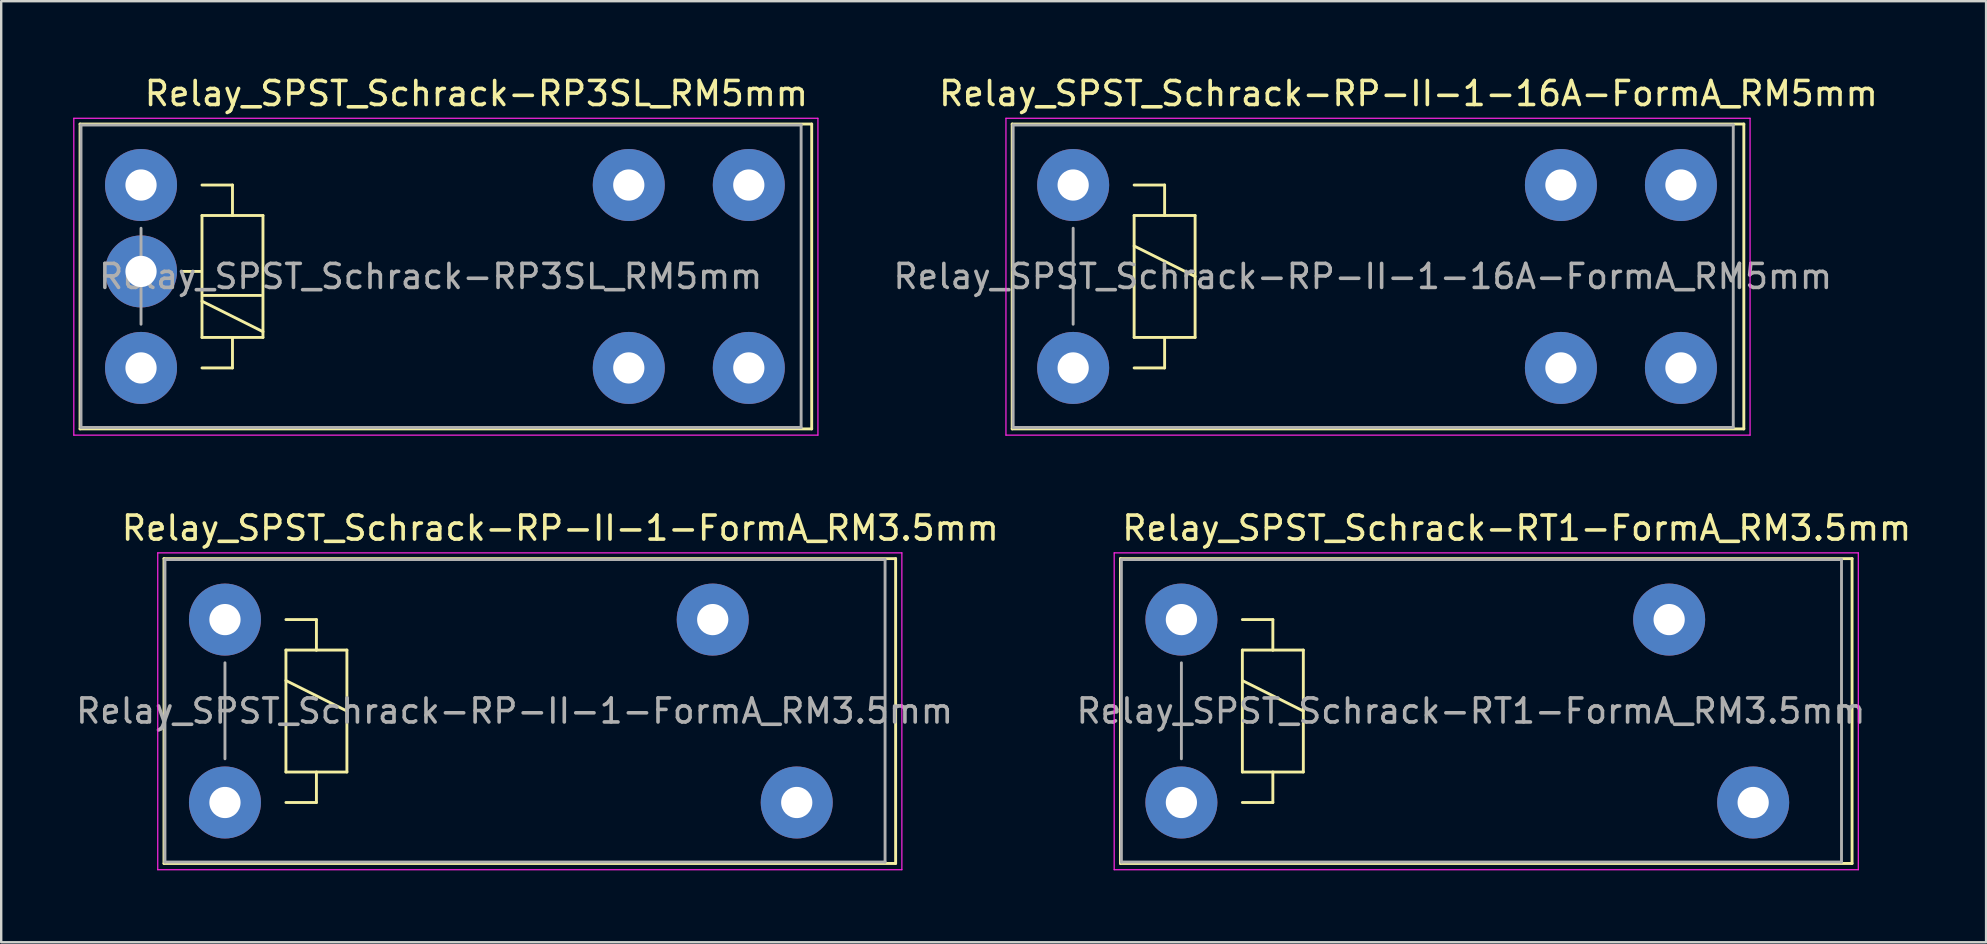
<source format=kicad_pcb>
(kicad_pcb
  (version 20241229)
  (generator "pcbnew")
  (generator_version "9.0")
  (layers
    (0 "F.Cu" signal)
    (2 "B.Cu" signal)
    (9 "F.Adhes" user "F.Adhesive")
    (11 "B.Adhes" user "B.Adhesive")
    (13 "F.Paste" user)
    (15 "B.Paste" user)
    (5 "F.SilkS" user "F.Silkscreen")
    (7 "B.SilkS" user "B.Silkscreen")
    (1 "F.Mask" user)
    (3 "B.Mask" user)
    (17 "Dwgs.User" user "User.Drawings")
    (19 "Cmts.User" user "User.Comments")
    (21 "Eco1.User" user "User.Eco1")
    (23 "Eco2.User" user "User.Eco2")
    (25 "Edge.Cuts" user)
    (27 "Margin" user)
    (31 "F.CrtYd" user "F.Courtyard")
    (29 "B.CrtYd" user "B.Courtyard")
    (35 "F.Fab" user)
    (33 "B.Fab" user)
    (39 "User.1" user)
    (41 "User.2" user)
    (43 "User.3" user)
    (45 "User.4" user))
  (footprint "Relay_SPST_Schrack-RT1-FormA_RM3.5mm"
    (layer "F.Cu")
    (at 46.167 22.762)
    (property "Reference" "Relay_SPST_Schrack-RT1-FormA_RM3.5mm" (at 13.97 -3.81 0) (layer "F.SilkS") (effects (font (size 1 1) (thickness 0.15))))
    (attr through_hole)
    (fp_line (start -2.54 -2.54) (end 27.94 -2.54) (stroke (width 0.12) (type solid)) (layer "F.SilkS"))
    (fp_line (start -2.54 10.16) (end -2.54 -2.54) (stroke (width 0.12) (type solid)) (layer "F.SilkS"))
    (fp_line (start 2.54 0) (end 3.81 0) (stroke (width 0.12) (type solid)) (layer "F.SilkS"))
    (fp_line (start 2.54 1.27) (end 3.81 1.27) (stroke (width 0.12) (type solid)) (layer "F.SilkS"))
    (fp_line (start 2.54 2.54) (end 5.08 3.81) (stroke (width 0.12) (type solid)) (layer "F.SilkS"))
    (fp_line (start 2.54 6.35) (end 2.54 1.27) (stroke (width 0.12) (type solid)) (layer "F.SilkS"))
    (fp_line (start 3.81 0) (end 3.81 1.27) (stroke (width 0.12) (type solid)) (layer "F.SilkS"))
    (fp_line (start 3.81 1.27) (end 5.08 1.27) (stroke (width 0.12) (type solid)) (layer "F.SilkS"))
    (fp_line (start 3.81 6.35) (end 3.81 7.62) (stroke (width 0.12) (type solid)) (layer "F.SilkS"))
    (fp_line (start 3.81 7.62) (end 2.54 7.62) (stroke (width 0.12) (type solid)) (layer "F.SilkS"))
    (fp_line (start 5.08 1.27) (end 5.08 6.35) (stroke (width 0.12) (type solid)) (layer "F.SilkS"))
    (fp_line (start 5.08 6.35) (end 2.54 6.35) (stroke (width 0.12) (type solid)) (layer "F.SilkS"))
    (fp_line (start 27.94 -2.54) (end 27.94 10.16) (stroke (width 0.12) (type solid)) (layer "F.SilkS"))
    (fp_line (start 27.94 10.16) (end -2.54 10.16) (stroke (width 0.12) (type solid)) (layer "F.SilkS"))
    (fp_line (start -2.8 -2.78) (end 28.2 -2.78) (stroke (width 0.05) (type solid)) (layer "F.CrtYd"))
    (fp_line (start -2.8 10.42) (end -2.8 -2.78) (stroke (width 0.05) (type solid)) (layer "F.CrtYd"))
    (fp_line (start 28.2 -2.78) (end 28.2 10.42) (stroke (width 0.05) (type solid)) (layer "F.CrtYd"))
    (fp_line (start 28.2 10.42) (end -2.8 10.42) (stroke (width 0.05) (type solid)) (layer "F.CrtYd"))
    (fp_line (start -2.5 -2.5) (end 27.5 -2.5) (stroke (width 0.12) (type solid)) (layer "F.Fab"))
    (fp_line (start -2.5 10.1) (end -2.5 -2.5) (stroke (width 0.12) (type solid)) (layer "F.Fab"))
    (fp_line (start 0 1.8) (end 0 5.8) (stroke (width 0.12) (type solid)) (layer "F.Fab"))
    (fp_line (start 27.5 -2.5) (end 27.5 10.1) (stroke (width 0.12) (type solid)) (layer "F.Fab"))
    (fp_line (start 27.5 10.1) (end -2.5 10.1) (stroke (width 0.12) (type solid)) (layer "F.Fab"))
    (fp_text user "${REFERENCE}" (at 12.065 3.81 0) (layer "F.Fab") (effects (font (size 1 1) (thickness 0.15))))
    (pad "11" thru_hole circle (at 20.32 0) (size 3 3) (drill 1.3) (layers "*.Cu" "*.Mask"))
    (pad "14" thru_hole circle (at 23.82 7.62) (size 3 3) (drill 1.3) (layers "*.Cu" "*.Mask"))
    (pad "A1" thru_hole circle (at 0 0) (size 3 3) (drill 1.3) (layers "*.Cu" "*.Mask"))
    (pad "A2" thru_hole circle (at 0 7.62) (size 3 3) (drill 1.3) (layers "*.Cu" "*.Mask")))
  (footprint "Relay_SPST_Schrack-RP3SL_RM5mm"
    (layer "F.Cu")
    (at 2.825 4.658)
    (property "Reference" "Relay_SPST_Schrack-RP3SL_RM5mm" (at 13.97 -3.81 0) (layer "F.SilkS") (effects (font (size 1 1) (thickness 0.15))))
    (attr through_hole)
    (fp_line (start -2.54 -2.54) (end 27.94 -2.54) (stroke (width 0.12) (type solid)) (layer "F.SilkS"))
    (fp_line (start -2.54 10.16) (end -2.54 -2.54) (stroke (width 0.12) (type solid)) (layer "F.SilkS"))
    (fp_line (start 2.5 3.6) (end 1.7 3.6) (stroke (width 0.12) (type solid)) (layer "F.SilkS"))
    (fp_line (start 2.54 0) (end 3.81 0) (stroke (width 0.12) (type solid)) (layer "F.SilkS"))
    (fp_line (start 2.54 1.27) (end 3.81 1.27) (stroke (width 0.12) (type solid)) (layer "F.SilkS"))
    (fp_line (start 2.54 4.84) (end 5.08 6.11) (stroke (width 0.12) (type solid)) (layer "F.SilkS"))
    (fp_line (start 2.54 6.35) (end 2.54 1.27) (stroke (width 0.12) (type solid)) (layer "F.SilkS"))
    (fp_line (start 2.6 4.6) (end 5 4.6) (stroke (width 0.12) (type solid)) (layer "F.SilkS"))
    (fp_line (start 3.81 0) (end 3.81 1.27) (stroke (width 0.12) (type solid)) (layer "F.SilkS"))
    (fp_line (start 3.81 1.27) (end 5.08 1.27) (stroke (width 0.12) (type solid)) (layer "F.SilkS"))
    (fp_line (start 3.81 6.35) (end 3.81 7.62) (stroke (width 0.12) (type solid)) (layer "F.SilkS"))
    (fp_line (start 3.81 7.62) (end 2.54 7.62) (stroke (width 0.12) (type solid)) (layer "F.SilkS"))
    (fp_line (start 5.08 1.27) (end 5.08 6.35) (stroke (width 0.12) (type solid)) (layer "F.SilkS"))
    (fp_line (start 5.08 6.35) (end 2.54 6.35) (stroke (width 0.12) (type solid)) (layer "F.SilkS"))
    (fp_line (start 27.94 -2.54) (end 27.94 10.16) (stroke (width 0.12) (type solid)) (layer "F.SilkS"))
    (fp_line (start 27.94 10.16) (end -2.54 10.16) (stroke (width 0.12) (type solid)) (layer "F.SilkS"))
    (fp_line (start -2.8 -2.78) (end 28.2 -2.78) (stroke (width 0.05) (type solid)) (layer "F.CrtYd"))
    (fp_line (start -2.8 10.42) (end -2.8 -2.78) (stroke (width 0.05) (type solid)) (layer "F.CrtYd"))
    (fp_line (start 28.2 -2.78) (end 28.2 10.42) (stroke (width 0.05) (type solid)) (layer "F.CrtYd"))
    (fp_line (start 28.2 10.42) (end -2.8 10.42) (stroke (width 0.05) (type solid)) (layer "F.CrtYd"))
    (fp_line (start -2.5 -2.5) (end 27.5 -2.5) (stroke (width 0.12) (type solid)) (layer "F.Fab"))
    (fp_line (start -2.5 10.1) (end -2.5 -2.5) (stroke (width 0.12) (type solid)) (layer "F.Fab"))
    (fp_line (start 0 1.8) (end 0 5.8) (stroke (width 0.12) (type solid)) (layer "F.Fab"))
    (fp_line (start 27.5 -2.5) (end 27.5 10.1) (stroke (width 0.12) (type solid)) (layer "F.Fab"))
    (fp_line (start 27.5 10.1) (end -2.5 10.1) (stroke (width 0.12) (type solid)) (layer "F.Fab"))
    (fp_text user "${REFERENCE}" (at 12.065 3.81 0) (layer "F.Fab") (effects (font (size 1 1) (thickness 0.15))))
    (pad "11" thru_hole circle (at 20.32 0) (size 3 3) (drill 1.3) (layers "*.Cu" "*.Mask"))
    (pad "11" thru_hole circle (at 20.32 7.62) (size 3 3) (drill 1.3) (layers "*.Cu" "*.Mask"))
    (pad "14" thru_hole circle (at 25.32 0) (size 3 3) (drill 1.3) (layers "*.Cu" "*.Mask"))
    (pad "14" thru_hole circle (at 25.32 7.62) (size 3 3) (drill 1.3) (layers "*.Cu" "*.Mask"))
    (pad "A1" thru_hole circle (at 0 0) (size 3 3) (drill 1.3) (layers "*.Cu" "*.Mask"))
    (pad "A2" thru_hole circle (at 0 7.62) (size 3 3) (drill 1.3) (layers "*.Cu" "*.Mask"))
    (pad "A3" thru_hole circle (at 0 3.6) (size 3 3) (drill 1.3) (layers "*.Cu" "*.Mask")))
  (footprint "Relay_SPST_Schrack-RP-II-1-16A-FormA_RM5mm"
    (layer "F.Cu")
    (at 41.658 4.658)
    (property "Reference" "Relay_SPST_Schrack-RP-II-1-16A-FormA_RM5mm" (at 13.97 -3.81 0) (layer "F.SilkS") (effects (font (size 1 1) (thickness 0.15))))
    (attr through_hole)
    (fp_line (start -2.54 -2.54) (end 27.94 -2.54) (stroke (width 0.12) (type solid)) (layer "F.SilkS"))
    (fp_line (start -2.54 10.16) (end -2.54 -2.54) (stroke (width 0.12) (type solid)) (layer "F.SilkS"))
    (fp_line (start 2.54 0) (end 3.81 0) (stroke (width 0.12) (type solid)) (layer "F.SilkS"))
    (fp_line (start 2.54 1.27) (end 3.81 1.27) (stroke (width 0.12) (type solid)) (layer "F.SilkS"))
    (fp_line (start 2.54 2.54) (end 5.08 3.81) (stroke (width 0.12) (type solid)) (layer "F.SilkS"))
    (fp_line (start 2.54 6.35) (end 2.54 1.27) (stroke (width 0.12) (type solid)) (layer "F.SilkS"))
    (fp_line (start 3.81 0) (end 3.81 1.27) (stroke (width 0.12) (type solid)) (layer "F.SilkS"))
    (fp_line (start 3.81 1.27) (end 5.08 1.27) (stroke (width 0.12) (type solid)) (layer "F.SilkS"))
    (fp_line (start 3.81 6.35) (end 3.81 7.62) (stroke (width 0.12) (type solid)) (layer "F.SilkS"))
    (fp_line (start 3.81 7.62) (end 2.54 7.62) (stroke (width 0.12) (type solid)) (layer "F.SilkS"))
    (fp_line (start 5.08 1.27) (end 5.08 6.35) (stroke (width 0.12) (type solid)) (layer "F.SilkS"))
    (fp_line (start 5.08 6.35) (end 2.54 6.35) (stroke (width 0.12) (type solid)) (layer "F.SilkS"))
    (fp_line (start 27.94 -2.54) (end 27.94 10.16) (stroke (width 0.12) (type solid)) (layer "F.SilkS"))
    (fp_line (start 27.94 10.16) (end -2.54 10.16) (stroke (width 0.12) (type solid)) (layer "F.SilkS"))
    (fp_line (start -2.8 -2.78) (end 28.2 -2.78) (stroke (width 0.05) (type solid)) (layer "F.CrtYd"))
    (fp_line (start -2.8 10.42) (end -2.8 -2.78) (stroke (width 0.05) (type solid)) (layer "F.CrtYd"))
    (fp_line (start 28.2 -2.78) (end 28.2 10.42) (stroke (width 0.05) (type solid)) (layer "F.CrtYd"))
    (fp_line (start 28.2 10.42) (end -2.8 10.42) (stroke (width 0.05) (type solid)) (layer "F.CrtYd"))
    (fp_line (start -2.5 -2.5) (end 27.5 -2.5) (stroke (width 0.12) (type solid)) (layer "F.Fab"))
    (fp_line (start -2.5 10.1) (end -2.5 -2.5) (stroke (width 0.12) (type solid)) (layer "F.Fab"))
    (fp_line (start 0 1.8) (end 0 5.8) (stroke (width 0.12) (type solid)) (layer "F.Fab"))
    (fp_line (start 27.5 -2.5) (end 27.5 10.1) (stroke (width 0.12) (type solid)) (layer "F.Fab"))
    (fp_line (start 27.5 10.1) (end -2.5 10.1) (stroke (width 0.12) (type solid)) (layer "F.Fab"))
    (fp_text user "${REFERENCE}" (at 12.065 3.81 0) (layer "F.Fab") (effects (font (size 1 1) (thickness 0.15))))
    (pad "11" thru_hole circle (at 20.32 0) (size 3 3) (drill 1.3) (layers "*.Cu" "*.Mask"))
    (pad "11" thru_hole circle (at 20.32 7.62) (size 3 3) (drill 1.3) (layers "*.Cu" "*.Mask"))
    (pad "14" thru_hole circle (at 25.32 0) (size 3 3) (drill 1.3) (layers "*.Cu" "*.Mask"))
    (pad "14" thru_hole circle (at 25.32 7.62) (size 3 3) (drill 1.3) (layers "*.Cu" "*.Mask"))
    (pad "A1" thru_hole circle (at 0 0) (size 3 3) (drill 1.3) (layers "*.Cu" "*.Mask"))
    (pad "A2" thru_hole circle (at 0 7.62) (size 3 3) (drill 1.3) (layers "*.Cu" "*.Mask")))
  (footprint "Relay_SPST_Schrack-RP-II-1-FormA_RM3.5mm"
    (layer "F.Cu")
    (at 6.322 22.762)
    (property "Reference" "Relay_SPST_Schrack-RP-II-1-FormA_RM3.5mm" (at 13.97 -3.81 0) (layer "F.SilkS") (effects (font (size 1 1) (thickness 0.15))))
    (attr through_hole)
    (fp_line (start -2.54 -2.54) (end 27.94 -2.54) (stroke (width 0.12) (type solid)) (layer "F.SilkS"))
    (fp_line (start -2.54 10.16) (end -2.54 -2.54) (stroke (width 0.12) (type solid)) (layer "F.SilkS"))
    (fp_line (start 2.54 0) (end 3.81 0) (stroke (width 0.12) (type solid)) (layer "F.SilkS"))
    (fp_line (start 2.54 1.27) (end 3.81 1.27) (stroke (width 0.12) (type solid)) (layer "F.SilkS"))
    (fp_line (start 2.54 2.54) (end 5.08 3.81) (stroke (width 0.12) (type solid)) (layer "F.SilkS"))
    (fp_line (start 2.54 6.35) (end 2.54 1.27) (stroke (width 0.12) (type solid)) (layer "F.SilkS"))
    (fp_line (start 3.81 0) (end 3.81 1.27) (stroke (width 0.12) (type solid)) (layer "F.SilkS"))
    (fp_line (start 3.81 1.27) (end 5.08 1.27) (stroke (width 0.12) (type solid)) (layer "F.SilkS"))
    (fp_line (start 3.81 6.35) (end 3.81 7.62) (stroke (width 0.12) (type solid)) (layer "F.SilkS"))
    (fp_line (start 3.81 7.62) (end 2.54 7.62) (stroke (width 0.12) (type solid)) (layer "F.SilkS"))
    (fp_line (start 5.08 1.27) (end 5.08 6.35) (stroke (width 0.12) (type solid)) (layer "F.SilkS"))
    (fp_line (start 5.08 6.35) (end 2.54 6.35) (stroke (width 0.12) (type solid)) (layer "F.SilkS"))
    (fp_line (start 27.94 -2.54) (end 27.94 10.16) (stroke (width 0.12) (type solid)) (layer "F.SilkS"))
    (fp_line (start 27.94 10.16) (end -2.54 10.16) (stroke (width 0.12) (type solid)) (layer "F.SilkS"))
    (fp_line (start -2.8 -2.78) (end 28.2 -2.78) (stroke (width 0.05) (type solid)) (layer "F.CrtYd"))
    (fp_line (start -2.8 10.42) (end -2.8 -2.78) (stroke (width 0.05) (type solid)) (layer "F.CrtYd"))
    (fp_line (start 28.2 -2.78) (end 28.2 10.42) (stroke (width 0.05) (type solid)) (layer "F.CrtYd"))
    (fp_line (start 28.2 10.42) (end -2.8 10.42) (stroke (width 0.05) (type solid)) (layer "F.CrtYd"))
    (fp_line (start -2.5 -2.5) (end 27.5 -2.5) (stroke (width 0.12) (type solid)) (layer "F.Fab"))
    (fp_line (start -2.5 10.1) (end -2.5 -2.5) (stroke (width 0.12) (type solid)) (layer "F.Fab"))
    (fp_line (start 0 1.8) (end 0 5.8) (stroke (width 0.12) (type solid)) (layer "F.Fab"))
    (fp_line (start 27.5 -2.5) (end 27.5 10.1) (stroke (width 0.12) (type solid)) (layer "F.Fab"))
    (fp_line (start 27.5 10.1) (end -2.5 10.1) (stroke (width 0.12) (type solid)) (layer "F.Fab"))
    (fp_text user "${REFERENCE}" (at 12.065 3.81 0) (layer "F.Fab") (effects (font (size 1 1) (thickness 0.15))))
    (pad "11" thru_hole circle (at 20.32 0) (size 3 3) (drill 1.3) (layers "*.Cu" "*.Mask"))
    (pad "14" thru_hole circle (at 23.82 7.62) (size 3 3) (drill 1.3) (layers "*.Cu" "*.Mask"))
    (pad "A1" thru_hole circle (at 0 0) (size 3 3) (drill 1.3) (layers "*.Cu" "*.Mask"))
    (pad "A2" thru_hole circle (at 0 7.62) (size 3 3) (drill 1.3) (layers "*.Cu" "*.Mask")))
  (gr_rect
    (start -3 -3)
    (end 79.691 36.206)
    (stroke (width 0.1) (type default))
    (fill no)
    (layer "Edge.Cuts")))
</source>
